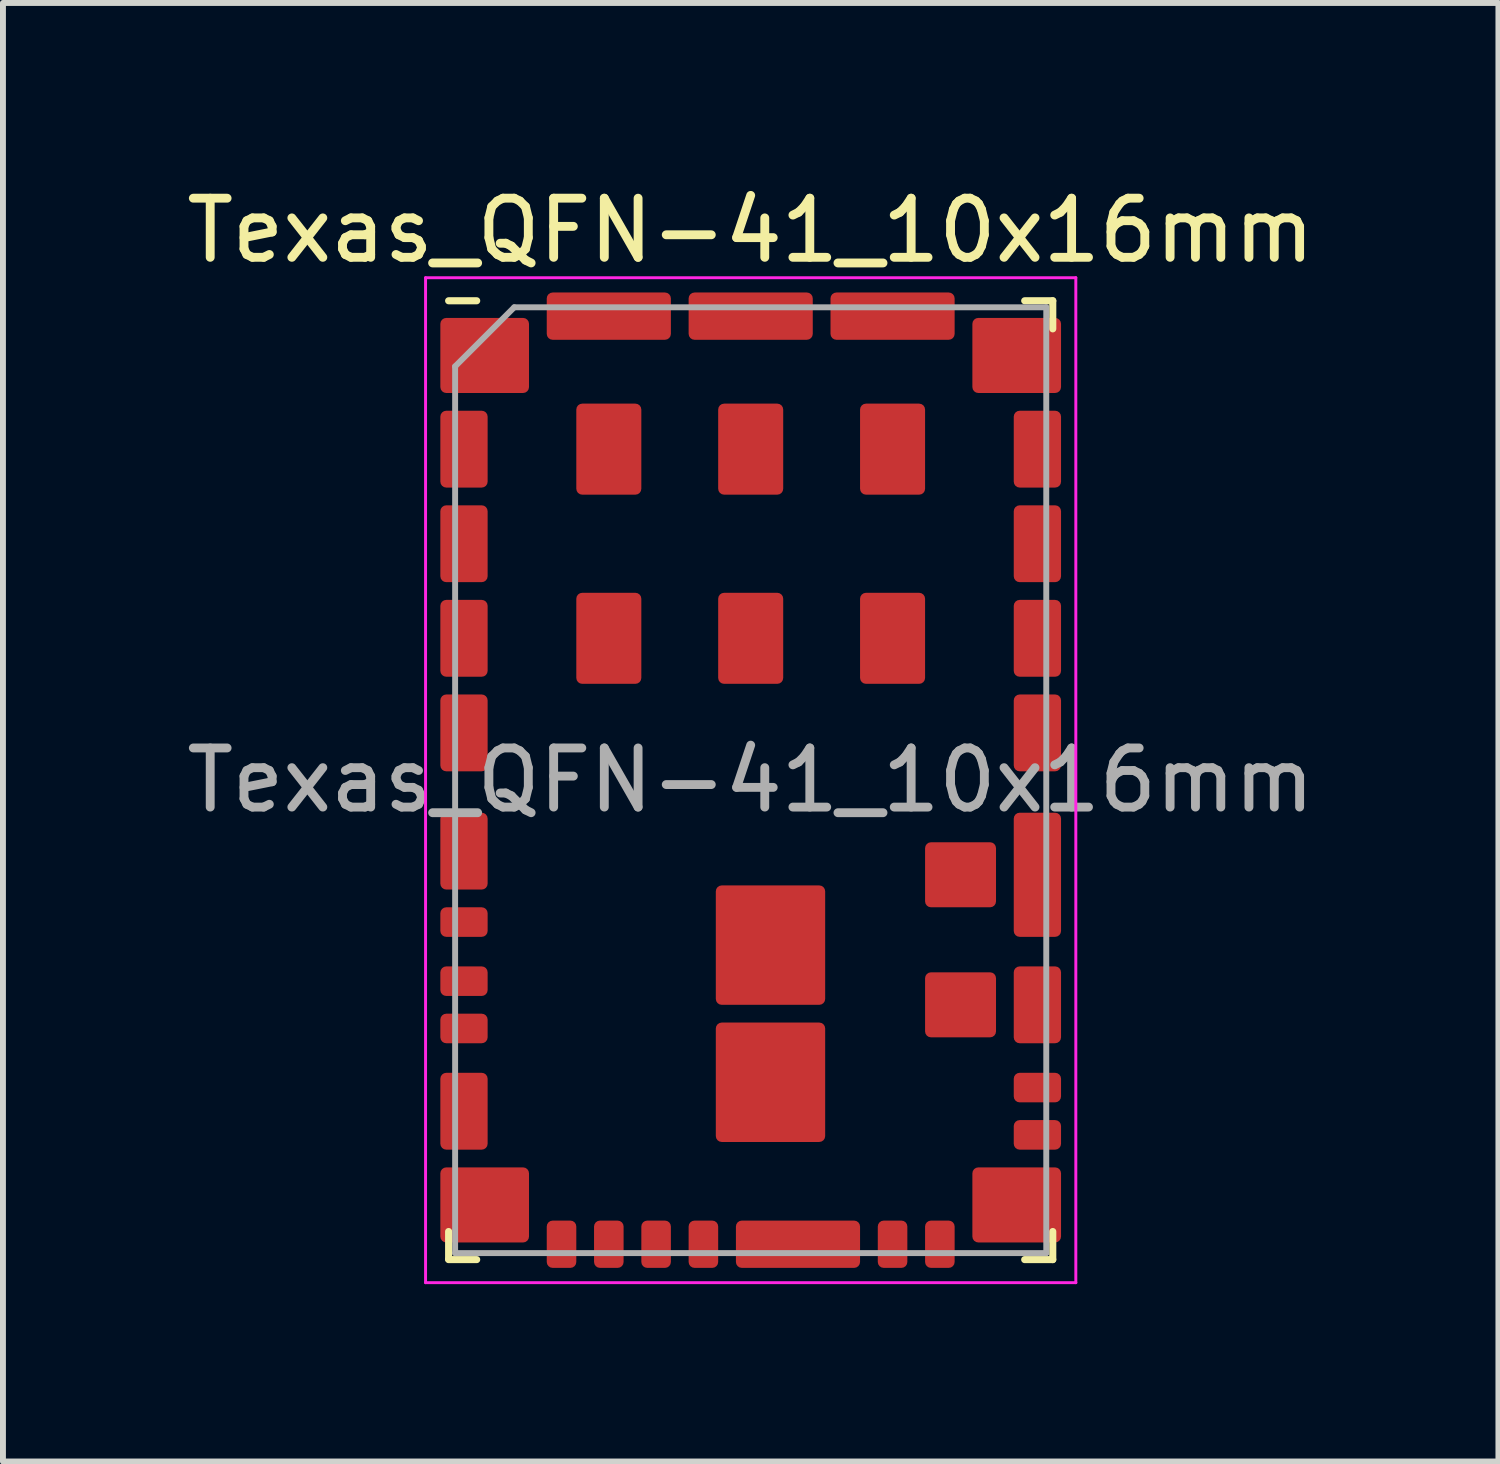
<source format=kicad_pcb>
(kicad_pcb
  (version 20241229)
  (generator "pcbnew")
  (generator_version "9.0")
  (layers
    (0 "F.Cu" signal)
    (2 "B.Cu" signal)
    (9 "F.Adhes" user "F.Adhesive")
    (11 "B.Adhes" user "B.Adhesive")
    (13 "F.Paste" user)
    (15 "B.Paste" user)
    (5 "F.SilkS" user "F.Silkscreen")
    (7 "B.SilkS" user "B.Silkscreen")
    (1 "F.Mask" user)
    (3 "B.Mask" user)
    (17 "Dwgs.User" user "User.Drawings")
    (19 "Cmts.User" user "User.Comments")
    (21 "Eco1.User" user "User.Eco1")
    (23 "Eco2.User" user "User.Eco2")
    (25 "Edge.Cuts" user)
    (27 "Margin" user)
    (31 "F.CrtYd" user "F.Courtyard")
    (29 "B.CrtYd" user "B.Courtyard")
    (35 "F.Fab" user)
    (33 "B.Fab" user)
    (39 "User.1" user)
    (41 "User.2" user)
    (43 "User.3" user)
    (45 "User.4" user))
  (footprint "Texas_QFN-41_10x16mm"
    (layer "F.Cu")
    (at 9.649 10.148)
    (property "Reference" "Texas_QFN-41_10x16mm" (at 0 -9.3 0) (layer "F.SilkS") (effects (font (size 1 1) (thickness 0.15))))
    (attr smd)
    (fp_line (start -5.11 -8.11) (end -4.635 -8.11) (stroke (width 0.12) (type solid)) (layer "F.SilkS"))
    (fp_line (start -5.11 8.1) (end -5.11 7.635) (stroke (width 0.12) (type solid)) (layer "F.SilkS"))
    (fp_line (start -5.11 8.11) (end -4.635 8.11) (stroke (width 0.12) (type solid)) (layer "F.SilkS"))
    (fp_line (start 5.11 -8.11) (end 4.635 -8.11) (stroke (width 0.12) (type solid)) (layer "F.SilkS"))
    (fp_line (start 5.11 -8.11) (end 5.11 -7.635) (stroke (width 0.12) (type solid)) (layer "F.SilkS"))
    (fp_line (start 5.11 8.11) (end 4.635 8.11) (stroke (width 0.12) (type solid)) (layer "F.SilkS"))
    (fp_line (start 5.11 8.11) (end 5.11 7.635) (stroke (width 0.12) (type solid)) (layer "F.SilkS"))
    (fp_line (start -5.5 -8.5) (end -5.5 8.5) (stroke (width 0.05) (type solid)) (layer "F.CrtYd"))
    (fp_line (start -5.5 8.5) (end 5.5 8.5) (stroke (width 0.05) (type solid)) (layer "F.CrtYd"))
    (fp_line (start 5.5 -8.5) (end -5.5 -8.5) (stroke (width 0.05) (type solid)) (layer "F.CrtYd"))
    (fp_line (start 5.5 8.5) (end 5.5 -8.5) (stroke (width 0.05) (type solid)) (layer "F.CrtYd"))
    (fp_line (start -5 -7) (end -5 8) (stroke (width 0.1) (type solid)) (layer "F.Fab"))
    (fp_line (start -5 -7) (end -4 -8) (stroke (width 0.1) (type solid)) (layer "F.Fab"))
    (fp_line (start -5 8) (end 5 8) (stroke (width 0.1) (type solid)) (layer "F.Fab"))
    (fp_line (start -4 -8) (end 5 -8) (stroke (width 0.1) (type solid)) (layer "F.Fab"))
    (fp_line (start 5 -8) (end 5 8) (stroke (width 0.1) (type solid)) (layer "F.Fab"))
    (fp_text user "${REFERENCE}" (at 0 0 0) (layer "F.Fab") (effects (font (size 1 1) (thickness 0.15))))
    (pad "" smd custom (at -4.635 -5.6) (size 0.27 0.6) (layers "F.Mask" "F.Paste") (options (anchor rect)) (primitives (gr_poly (pts (xy 0.035 0.3) (xy -0.465 0.3) (xy -0.465 0.5) (xy 0.035 0.5)) (width 0.2) (fill yes)) (gr_poly (pts (xy 0.035 -0.3) (xy -0.465 -0.3) (xy -0.465 -0.5) (xy 0.035 -0.5)) (width 0.2) (fill yes)) (gr_arc (start -0.035 0.1) (mid -0.093579 0.241421) (end -0.235 0.3) (width 0.2)) (gr_arc (start -0.235 -0.3) (mid -0.093579 -0.241421) (end -0.035 -0.1) (width 0.2))))
    (pad "" smd custom (at -4.635 -4) (size 0.27 0.6) (layers "F.Mask" "F.Paste") (options (anchor rect)) (primitives (gr_poly (pts (xy 0.035 0.3) (xy -0.465 0.3) (xy -0.465 0.5) (xy 0.035 0.5)) (width 0.2) (fill yes)) (gr_poly (pts (xy 0.035 -0.3) (xy -0.465 -0.3) (xy -0.465 -0.5) (xy 0.035 -0.5)) (width 0.2) (fill yes)) (gr_arc (start -0.035 0.1) (mid -0.093579 0.241421) (end -0.235 0.3) (width 0.2)) (gr_arc (start -0.235 -0.3) (mid -0.093579 -0.241421) (end -0.035 -0.1) (width 0.2))))
    (pad "" smd custom (at -4.635 -2.4) (size 0.27 0.6) (layers "F.Mask" "F.Paste") (options (anchor rect)) (primitives (gr_poly (pts (xy 0.035 0.3) (xy -0.465 0.3) (xy -0.465 0.5) (xy 0.035 0.5)) (width 0.2) (fill yes)) (gr_poly (pts (xy 0.035 -0.3) (xy -0.465 -0.3) (xy -0.465 -0.5) (xy 0.035 -0.5)) (width 0.2) (fill yes)) (gr_arc (start -0.035 0.1) (mid -0.093579 0.241421) (end -0.235 0.3) (width 0.2)) (gr_arc (start -0.235 -0.3) (mid -0.093579 -0.241421) (end -0.035 -0.1) (width 0.2))))
    (pad "" smd custom (at -4.635 -0.8) (size 0.27 0.6) (layers "F.Mask" "F.Paste") (options (anchor rect)) (primitives (gr_poly (pts (xy 0.035 0.3) (xy -0.465 0.3) (xy -0.465 0.5) (xy 0.035 0.5)) (width 0.2) (fill yes)) (gr_poly (pts (xy 0.035 -0.3) (xy -0.465 -0.3) (xy -0.465 -0.5) (xy 0.035 -0.5)) (width 0.2) (fill yes)) (gr_arc (start -0.035 0.1) (mid -0.093579 0.241421) (end -0.235 0.3) (width 0.2)) (gr_arc (start -0.235 -0.3) (mid -0.093579 -0.241421) (end -0.035 -0.1) (width 0.2))))
    (pad "" smd custom (at -4.635 1.2) (size 0.27 0.6) (layers "F.Mask" "F.Paste") (options (anchor rect)) (primitives (gr_poly (pts (xy 0.035 0.3) (xy -0.465 0.3) (xy -0.465 0.5) (xy 0.035 0.5)) (width 0.2) (fill yes)) (gr_poly (pts (xy 0.035 -0.3) (xy -0.465 -0.3) (xy -0.465 -0.5) (xy 0.035 -0.5)) (width 0.2) (fill yes)) (gr_arc (start -0.035 0.1) (mid -0.093579 0.241421) (end -0.235 0.3) (width 0.2)) (gr_arc (start -0.235 -0.3) (mid -0.093579 -0.241421) (end -0.035 -0.1) (width 0.2))))
    (pad "" smd custom (at -4.635 5.6) (size 0.27 0.6) (layers "F.Mask" "F.Paste") (options (anchor rect)) (primitives (gr_poly (pts (xy 0.035 0.3) (xy -0.465 0.3) (xy -0.465 0.5) (xy 0.035 0.5)) (width 0.2) (fill yes)) (gr_poly (pts (xy 0.035 -0.3) (xy -0.465 -0.3) (xy -0.465 -0.5) (xy 0.035 -0.5)) (width 0.2) (fill yes)) (gr_arc (start -0.035 0.1) (mid -0.093579 0.241421) (end -0.235 0.3) (width 0.2)) (gr_arc (start -0.235 -0.3) (mid -0.093579 -0.241421) (end -0.035 -0.1) (width 0.2))))
    (pad "" smd custom (at -4.285 -7.185) (size 0.87 0.87) (layers "F.Paste") (options (anchor rect)) (primitives (gr_poly (pts (xy -0.81 0.285) (xy -0.81 0.485) (xy 0.385 0.485) (xy 0.385 -0.375) (xy -0.385 -0.375) (xy -0.385 0.285)) (width 0.2) (fill yes)) (gr_arc (start -0.385 0.085) (mid -0.443579 0.226421) (end -0.585 0.285) (width 0.2))))
    (pad "" smd custom (at -4.285 -7.185) (size 0.87 1.07) (layers "F.Mask") (options (anchor rect)) (primitives (gr_poly (pts (xy -0.81 0.285) (xy -0.81 0.485) (xy 0.385 0.485) (xy 0.385 -0.485) (xy -0.385 -0.485) (xy -0.385 0.285)) (width 0.2) (fill yes)) (gr_arc (start -0.385 0.085) (mid -0.443579 0.226421) (end -0.585 0.285) (width 0.2))))
    (pad "" smd custom (at -4.285 7.185) (size 0.87 0.87) (layers "F.Paste") (options (anchor rect)) (primitives (gr_poly (pts (xy -0.81 -0.285) (xy -0.81 -0.485) (xy 0.385 -0.485) (xy 0.385 0.375) (xy -0.385 0.375) (xy -0.385 -0.285)) (width 0.2) (fill yes)) (gr_arc (start -0.585 -0.285) (mid -0.443579 -0.226421) (end -0.385 -0.085) (width 0.2))))
    (pad "" smd custom (at -4.285 7.185) (size 0.87 1.07) (layers "F.Mask") (options (anchor rect)) (primitives (gr_poly (pts (xy -0.81 -0.285) (xy -0.81 -0.485) (xy 0.385 -0.485) (xy 0.385 0.485) (xy -0.385 0.485) (xy -0.385 -0.285)) (width 0.2) (fill yes)) (gr_arc (start -0.585 -0.285) (mid -0.443579 -0.226421) (end -0.385 -0.085) (width 0.2))))
    (pad "" smd custom (at -2.4 -7.635 270) (size 0.27 1.6) (layers "F.Mask" "F.Paste") (options (anchor rect)) (primitives (gr_poly (pts (xy 0.035 -0.1) (xy -0.465 -0.1) (xy -0.465 0.1) (xy 0.035 0.1)) (width 0.2) (fill yes)) (gr_poly (pts (xy 0.035 -0.7) (xy -0.465 -0.7) (xy -0.465 -0.9) (xy 0.035 -0.9)) (width 0.2) (fill yes)) (gr_arc (start -0.035 -0.3) (mid -0.093579 -0.158579) (end -0.235 -0.1) (width 0.2)) (gr_arc (start -0.235 -0.7) (mid -0.093579 -0.641421) (end -0.035 -0.5) (width 0.2)) (gr_poly (pts (xy 0.035 0.7) (xy -0.465 0.7) (xy -0.465 0.9) (xy 0.035 0.9)) (width 0.2) (fill yes)) (gr_arc (start -0.235 0.1) (mid -0.093579 0.158579) (end -0.035 0.3) (width 0.2)) (gr_arc (start -0.035 0.5) (mid -0.093579 0.641421) (end -0.235 0.7) (width 0.2))))
    (pad "" smd custom (at 0 -7.635 270) (size 0.27 1.6) (layers "F.Mask" "F.Paste") (options (anchor rect)) (primitives (gr_poly (pts (xy 0.035 -0.1) (xy -0.465 -0.1) (xy -0.465 0.1) (xy 0.035 0.1)) (width 0.2) (fill yes)) (gr_poly (pts (xy 0.035 -0.7) (xy -0.465 -0.7) (xy -0.465 -0.9) (xy 0.035 -0.9)) (width 0.2) (fill yes)) (gr_arc (start -0.035 -0.3) (mid -0.093579 -0.158579) (end -0.235 -0.1) (width 0.2)) (gr_arc (start -0.235 -0.7) (mid -0.093579 -0.641421) (end -0.035 -0.5) (width 0.2)) (gr_poly (pts (xy 0.035 0.7) (xy -0.465 0.7) (xy -0.465 0.9) (xy 0.035 0.9)) (width 0.2) (fill yes)) (gr_arc (start -0.235 0.1) (mid -0.093579 0.158579) (end -0.035 0.3) (width 0.2)) (gr_arc (start -0.035 0.5) (mid -0.093579 0.641421) (end -0.235 0.7) (width 0.2))))
    (pad "" smd custom (at 0.8 7.635 90) (size 0.27 1.6) (layers "F.Mask" "F.Paste") (options (anchor rect)) (primitives (gr_poly (pts (xy 0.035 -0.1) (xy -0.465 -0.1) (xy -0.465 0.1) (xy 0.035 0.1)) (width 0.2) (fill yes)) (gr_poly (pts (xy 0.035 -0.7) (xy -0.465 -0.7) (xy -0.465 -0.9) (xy 0.035 -0.9)) (width 0.2) (fill yes)) (gr_arc (start -0.035 -0.3) (mid -0.093579 -0.158579) (end -0.235 -0.1) (width 0.2)) (gr_arc (start -0.235 -0.7) (mid -0.093579 -0.641421) (end -0.035 -0.5) (width 0.2)) (gr_poly (pts (xy 0.035 0.7) (xy -0.465 0.7) (xy -0.465 0.9) (xy 0.035 0.9)) (width 0.2) (fill yes)) (gr_arc (start -0.235 0.1) (mid -0.093579 0.158579) (end -0.035 0.3) (width 0.2)) (gr_arc (start -0.035 0.5) (mid -0.093579 0.641421) (end -0.235 0.7) (width 0.2))))
    (pad "" smd custom (at 2.4 -7.635 270) (size 0.27 1.6) (layers "F.Mask" "F.Paste") (options (anchor rect)) (primitives (gr_poly (pts (xy 0.035 -0.1) (xy -0.465 -0.1) (xy -0.465 0.1) (xy 0.035 0.1)) (width 0.2) (fill yes)) (gr_poly (pts (xy 0.035 -0.7) (xy -0.465 -0.7) (xy -0.465 -0.9) (xy 0.035 -0.9)) (width 0.2) (fill yes)) (gr_arc (start -0.035 -0.3) (mid -0.093579 -0.158579) (end -0.235 -0.1) (width 0.2)) (gr_arc (start -0.235 -0.7) (mid -0.093579 -0.641421) (end -0.035 -0.5) (width 0.2)) (gr_poly (pts (xy 0.035 0.7) (xy -0.465 0.7) (xy -0.465 0.9) (xy 0.035 0.9)) (width 0.2) (fill yes)) (gr_arc (start -0.235 0.1) (mid -0.093579 0.158579) (end -0.035 0.3) (width 0.2)) (gr_arc (start -0.035 0.5) (mid -0.093579 0.641421) (end -0.235 0.7) (width 0.2))))
    (pad "" smd custom (at 4.285 -7.185 180) (size 0.87 0.87) (layers "F.Paste") (options (anchor rect)) (primitives (gr_poly (pts (xy -0.81 -0.285) (xy -0.81 -0.485) (xy 0.385 -0.485) (xy 0.385 0.375) (xy -0.385 0.375) (xy -0.385 -0.285)) (width 0.2) (fill yes)) (gr_arc (start -0.585 -0.285) (mid -0.443579 -0.226421) (end -0.385 -0.085) (width 0.2))))
    (pad "" smd custom (at 4.285 -7.185 180) (size 0.87 1.07) (layers "F.Mask") (options (anchor rect)) (primitives (gr_poly (pts (xy -0.81 -0.285) (xy -0.81 -0.485) (xy 0.385 -0.485) (xy 0.385 0.485) (xy -0.385 0.485) (xy -0.385 -0.285)) (width 0.2) (fill yes)) (gr_arc (start -0.585 -0.285) (mid -0.443579 -0.226421) (end -0.385 -0.085) (width 0.2))))
    (pad "" smd custom (at 4.285 7.185 180) (size 0.87 0.87) (layers "F.Paste") (options (anchor rect)) (primitives (gr_poly (pts (xy -0.81 0.285) (xy -0.81 0.485) (xy 0.385 0.485) (xy 0.385 -0.375) (xy -0.385 -0.375) (xy -0.385 0.285)) (width 0.2) (fill yes)) (gr_arc (start -0.385 0.085) (mid -0.443579 0.226421) (end -0.585 0.285) (width 0.2))))
    (pad "" smd custom (at 4.285 7.185 180) (size 0.87 1.07) (layers "F.Mask") (options (anchor rect)) (primitives (gr_poly (pts (xy -0.81 0.285) (xy -0.81 0.485) (xy 0.385 0.485) (xy 0.385 -0.485) (xy -0.385 -0.485) (xy -0.385 0.285)) (width 0.2) (fill yes)) (gr_arc (start -0.385 0.085) (mid -0.443579 0.226421) (end -0.585 0.285) (width 0.2))))
    (pad "" smd custom (at 4.635 -5.6 180) (size 0.27 0.6) (layers "F.Mask" "F.Paste") (options (anchor rect)) (primitives (gr_poly (pts (xy 0.035 0.3) (xy -0.465 0.3) (xy -0.465 0.5) (xy 0.035 0.5)) (width 0.2) (fill yes)) (gr_poly (pts (xy 0.035 -0.3) (xy -0.465 -0.3) (xy -0.465 -0.5) (xy 0.035 -0.5)) (width 0.2) (fill yes)) (gr_arc (start -0.035 0.1) (mid -0.093579 0.241421) (end -0.235 0.3) (width 0.2)) (gr_arc (start -0.235 -0.3) (mid -0.093579 -0.241421) (end -0.035 -0.1) (width 0.2))))
    (pad "" smd custom (at 4.635 -4 180) (size 0.27 0.6) (layers "F.Mask" "F.Paste") (options (anchor rect)) (primitives (gr_poly (pts (xy 0.035 0.3) (xy -0.465 0.3) (xy -0.465 0.5) (xy 0.035 0.5)) (width 0.2) (fill yes)) (gr_poly (pts (xy 0.035 -0.3) (xy -0.465 -0.3) (xy -0.465 -0.5) (xy 0.035 -0.5)) (width 0.2) (fill yes)) (gr_arc (start -0.035 0.1) (mid -0.093579 0.241421) (end -0.235 0.3) (width 0.2)) (gr_arc (start -0.235 -0.3) (mid -0.093579 -0.241421) (end -0.035 -0.1) (width 0.2))))
    (pad "" smd custom (at 4.635 -2.4 180) (size 0.27 0.6) (layers "F.Mask" "F.Paste") (options (anchor rect)) (primitives (gr_poly (pts (xy 0.035 0.3) (xy -0.465 0.3) (xy -0.465 0.5) (xy 0.035 0.5)) (width 0.2) (fill yes)) (gr_poly (pts (xy 0.035 -0.3) (xy -0.465 -0.3) (xy -0.465 -0.5) (xy 0.035 -0.5)) (width 0.2) (fill yes)) (gr_arc (start -0.035 0.1) (mid -0.093579 0.241421) (end -0.235 0.3) (width 0.2)) (gr_arc (start -0.235 -0.3) (mid -0.093579 -0.241421) (end -0.035 -0.1) (width 0.2))))
    (pad "" smd custom (at 4.635 -0.8 180) (size 0.27 0.6) (layers "F.Mask" "F.Paste") (options (anchor rect)) (primitives (gr_poly (pts (xy 0.035 0.3) (xy -0.465 0.3) (xy -0.465 0.5) (xy 0.035 0.5)) (width 0.2) (fill yes)) (gr_poly (pts (xy 0.035 -0.3) (xy -0.465 -0.3) (xy -0.465 -0.5) (xy 0.035 -0.5)) (width 0.2) (fill yes)) (gr_arc (start -0.035 0.1) (mid -0.093579 0.241421) (end -0.235 0.3) (width 0.2)) (gr_arc (start -0.235 -0.3) (mid -0.093579 -0.241421) (end -0.035 -0.1) (width 0.2))))
    (pad "" smd custom (at 4.635 1.6 180) (size 0.27 1.6) (layers "F.Mask" "F.Paste") (options (anchor rect)) (primitives (gr_poly (pts (xy 0.035 -0.1) (xy -0.465 -0.1) (xy -0.465 0.1) (xy 0.035 0.1)) (width 0.2) (fill yes)) (gr_poly (pts (xy 0.035 -0.7) (xy -0.465 -0.7) (xy -0.465 -0.9) (xy 0.035 -0.9)) (width 0.2) (fill yes)) (gr_arc (start -0.035 -0.3) (mid -0.093579 -0.158579) (end -0.235 -0.1) (width 0.2)) (gr_arc (start -0.235 -0.7) (mid -0.093579 -0.641421) (end -0.035 -0.5) (width 0.2)) (gr_poly (pts (xy 0.035 0.7) (xy -0.465 0.7) (xy -0.465 0.9) (xy 0.035 0.9)) (width 0.2) (fill yes)) (gr_arc (start -0.235 0.1) (mid -0.093579 0.158579) (end -0.035 0.3) (width 0.2)) (gr_arc (start -0.035 0.5) (mid -0.093579 0.641421) (end -0.235 0.7) (width 0.2))))
    (pad "" smd custom (at 4.635 3.8 180) (size 0.27 0.6) (layers "F.Mask" "F.Paste") (options (anchor rect)) (primitives (gr_poly (pts (xy 0.035 0.3) (xy -0.465 0.3) (xy -0.465 0.5) (xy 0.035 0.5)) (width 0.2) (fill yes)) (gr_poly (pts (xy 0.035 -0.3) (xy -0.465 -0.3) (xy -0.465 -0.5) (xy 0.035 -0.5)) (width 0.2) (fill yes)) (gr_arc (start -0.035 0.1) (mid -0.093579 0.241421) (end -0.235 0.3) (width 0.2)) (gr_arc (start -0.235 -0.3) (mid -0.093579 -0.241421) (end -0.035 -0.1) (width 0.2))))
    (pad "1" smd roundrect (at -4.5 -7.185) (size 1.5 1.27) (layers "F.Cu") (roundrect_rratio 0.079))
    (pad "2" smd roundrect (at -4.85 -5.6) (size 0.8 1.3) (layers "F.Cu") (roundrect_rratio 0.125))
    (pad "3" smd roundrect (at -4.85 -4) (size 0.8 1.3) (layers "F.Cu") (roundrect_rratio 0.125))
    (pad "4" smd roundrect (at -4.85 -2.4) (size 0.8 1.3) (layers "F.Cu") (roundrect_rratio 0.125))
    (pad "5" smd roundrect (at -4.85 -0.8) (size 0.8 1.3) (layers "F.Cu") (roundrect_rratio 0.125))
    (pad "6" smd roundrect (at -4.85 1.2) (size 0.8 1.3) (layers "F.Cu") (roundrect_rratio 0.125))
    (pad "7" smd roundrect (at -4.85 2.4) (size 0.8 0.5) (layers "F.Cu" "F.Mask" "F.Paste") (roundrect_rratio 0.2))
    (pad "8" smd roundrect (at -4.85 3.4) (size 0.8 0.5) (layers "F.Cu" "F.Mask" "F.Paste") (roundrect_rratio 0.2))
    (pad "9" smd roundrect (at -4.85 4.2) (size 0.8 0.5) (layers "F.Cu" "F.Mask" "F.Paste") (roundrect_rratio 0.2))
    (pad "10" smd roundrect (at -4.85 5.6) (size 0.8 1.3) (layers "F.Cu") (roundrect_rratio 0.125))
    (pad "11" smd roundrect (at -4.5 7.185) (size 1.5 1.27) (layers "F.Cu") (roundrect_rratio 0.079))
    (pad "12" smd roundrect (at -3.2 7.85 90) (size 0.8 0.5) (layers "F.Cu" "F.Mask" "F.Paste") (roundrect_rratio 0.2))
    (pad "13" smd roundrect (at -2.4 7.85 90) (size 0.8 0.5) (layers "F.Cu" "F.Mask" "F.Paste") (roundrect_rratio 0.2))
    (pad "14" smd roundrect (at -1.6 7.85 90) (size 0.8 0.5) (layers "F.Cu" "F.Mask" "F.Paste") (roundrect_rratio 0.2))
    (pad "15" smd roundrect (at -0.8 7.85 90) (size 0.8 0.5) (layers "F.Cu" "F.Mask" "F.Paste") (roundrect_rratio 0.2))
    (pad "16" smd roundrect (at 0.8 7.85 90) (size 0.8 2.1) (layers "F.Cu") (roundrect_rratio 0.125))
    (pad "17" smd roundrect (at 2.4 7.85 90) (size 0.8 0.5) (layers "F.Cu" "F.Mask" "F.Paste") (roundrect_rratio 0.2))
    (pad "18" smd roundrect (at 3.2 7.85 90) (size 0.8 0.5) (layers "F.Cu" "F.Mask" "F.Paste") (roundrect_rratio 0.2))
    (pad "19" smd roundrect (at 4.5 7.185 180) (size 1.5 1.27) (layers "F.Cu") (roundrect_rratio 0.079))
    (pad "20" smd roundrect (at 4.85 6) (size 0.8 0.5) (layers "F.Cu" "F.Mask" "F.Paste") (roundrect_rratio 0.2))
    (pad "21" smd roundrect (at 4.85 5.2) (size 0.8 0.5) (layers "F.Cu" "F.Mask" "F.Paste") (roundrect_rratio 0.2))
    (pad "22" smd roundrect (at 4.85 3.8 180) (size 0.8 1.3) (layers "F.Cu") (roundrect_rratio 0.125))
    (pad "23" smd roundrect (at 4.85 1.6 180) (size 0.8 2.1) (layers "F.Cu") (roundrect_rratio 0.125))
    (pad "24" smd roundrect (at 4.85 -0.8 180) (size 0.8 1.3) (layers "F.Cu") (roundrect_rratio 0.125))
    (pad "25" smd roundrect (at 4.85 -2.4 180) (size 0.8 1.3) (layers "F.Cu") (roundrect_rratio 0.125))
    (pad "26" smd roundrect (at 4.85 -4 180) (size 0.8 1.3) (layers "F.Cu") (roundrect_rratio 0.125))
    (pad "27" smd roundrect (at 4.85 -5.6 180) (size 0.8 1.3) (layers "F.Cu") (roundrect_rratio 0.125))
    (pad "28" smd roundrect (at 4.5 -7.185 180) (size 1.5 1.27) (layers "F.Cu") (roundrect_rratio 0.079))
    (pad "29" smd roundrect (at 2.4 -7.85 270) (size 0.8 2.1) (layers "F.Cu") (roundrect_rratio 0.125))
    (pad "30" smd roundrect (at 0 -7.85 270) (size 0.8 2.1) (layers "F.Cu") (roundrect_rratio 0.125))
    (pad "31" smd roundrect (at -2.4 -7.85 270) (size 0.8 2.1) (layers "F.Cu") (roundrect_rratio 0.125))
    (pad "32" smd roundrect (at -2.4 -5.6) (size 1.1 1.54) (layers "F.Cu" "F.Mask" "F.Paste") (roundrect_rratio 0.091))
    (pad "33" smd roundrect (at -2.4 -2.4) (size 1.1 1.54) (layers "F.Cu" "F.Mask" "F.Paste") (roundrect_rratio 0.091))
    (pad "34" smd roundrect (at 0 -5.6) (size 1.1 1.54) (layers "F.Cu" "F.Mask" "F.Paste") (roundrect_rratio 0.091))
    (pad "35" smd roundrect (at 0 -2.4) (size 1.1 1.54) (layers "F.Cu" "F.Mask" "F.Paste") (roundrect_rratio 0.091))
    (pad "36" smd roundrect (at 2.4 -5.6) (size 1.1 1.54) (layers "F.Cu" "F.Mask" "F.Paste") (roundrect_rratio 0.091))
    (pad "37" smd roundrect (at 2.4 -2.4) (size 1.1 1.54) (layers "F.Cu" "F.Mask" "F.Paste") (roundrect_rratio 0.091))
    (pad "38" smd roundrect (at 3.55 1.6) (size 1.2 1.1) (layers "F.Cu" "F.Mask" "F.Paste") (roundrect_rratio 0.091))
    (pad "39" smd roundrect (at 3.55 3.8) (size 1.2 1.1) (layers "F.Cu" "F.Mask" "F.Paste") (roundrect_rratio 0.091))
    (pad "40" smd roundrect (at 0.335 2.79) (size 1.85 2.02) (layers "F.Cu" "F.Mask" "F.Paste") (roundrect_rratio 0.054))
    (pad "41" smd roundrect (at 0.335 5.11) (size 1.85 2.02) (layers "F.Cu" "F.Mask" "F.Paste") (roundrect_rratio 0.054)))
  (gr_rect
    (start -3 -3)
    (end 22.298 21.673)
    (stroke (width 0.1) (type default))
    (fill no)
    (layer "Edge.Cuts")))
</source>
